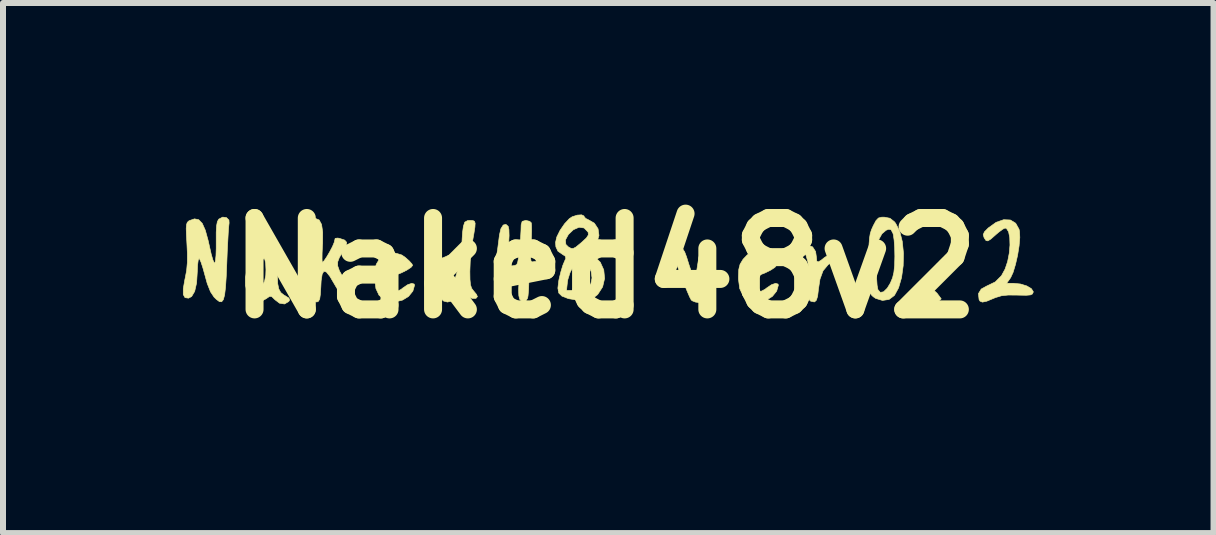
<source format=kicad_pcb>
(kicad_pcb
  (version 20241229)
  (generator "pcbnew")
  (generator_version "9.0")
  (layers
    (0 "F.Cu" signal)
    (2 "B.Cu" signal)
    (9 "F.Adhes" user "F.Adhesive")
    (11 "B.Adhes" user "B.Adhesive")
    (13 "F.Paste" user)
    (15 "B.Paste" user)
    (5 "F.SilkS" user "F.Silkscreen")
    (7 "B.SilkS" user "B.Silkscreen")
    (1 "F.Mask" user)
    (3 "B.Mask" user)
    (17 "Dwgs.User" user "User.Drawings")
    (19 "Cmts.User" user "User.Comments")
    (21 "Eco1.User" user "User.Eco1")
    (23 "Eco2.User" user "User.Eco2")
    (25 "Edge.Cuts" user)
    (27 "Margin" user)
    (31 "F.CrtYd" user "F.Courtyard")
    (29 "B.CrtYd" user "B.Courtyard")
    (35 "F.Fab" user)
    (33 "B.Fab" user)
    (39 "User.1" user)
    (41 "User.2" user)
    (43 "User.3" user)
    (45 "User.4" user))
  (footprint "Naked48v2"
    (layer "F.Cu")
    (at 7.035 1.418)
    (property "Reference" "Naked48v2" (at 0 0 0) (layer "F.SilkS") (effects (font (size 1.524 1.524) (thickness 0.3))))
    (attr through_hole)
    (fp_poly (pts (xy 5.453 0.346) (xy 5.535 0.42) (xy 5.537 0.423) (xy 5.604 0.513) (xy 5.515 0.59) (xy 5.437 0.649) (xy 5.384 0.658) (xy 5.337 0.617) (xy 5.302 0.564) (xy 5.253 0.471) (xy 5.243 0.409) (xy 5.273 0.361) (xy 5.285 0.351) (xy 5.364 0.321) (xy 5.453 0.346)) (stroke (width 0.01) (type solid)) (fill yes) (layer "F.SilkS"))
    (fp_poly (pts (xy 3.46 -0.353) (xy 3.51 -0.275) (xy 3.524 -0.177) (xy 3.529 -0.117) (xy 3.551 -0.101) (xy 3.601 -0.129) (xy 3.659 -0.176) (xy 3.752 -0.233) (xy 3.831 -0.248) (xy 3.897 -0.225) (xy 3.903 -0.186) (xy 3.848 -0.141) (xy 3.846 -0.14) (xy 3.72 -0.057) (xy 3.634 0.046) (xy 3.583 0.185) (xy 3.558 0.349) (xy 3.544 0.468) (xy 3.523 0.536) (xy 3.494 0.563) (xy 3.488 0.565) (xy 3.428 0.552) (xy 3.409 0.534) (xy 3.398 0.485) (xy 3.392 0.39) (xy 3.391 0.265) (xy 3.393 0.203) (xy 3.393 0.025) (xy 3.381 -0.105) (xy 3.353 -0.202) (xy 3.352 -0.206) (xy 3.315 -0.302) (xy 3.307 -0.355) (xy 3.332 -0.377) (xy 3.38 -0.381) (xy 3.46 -0.353)) (stroke (width 0.01) (type solid)) (fill yes) (layer "F.SilkS"))
    (fp_poly (pts (xy 1.761 -0.341) (xy 1.789 -0.325) (xy 1.787 -0.287) (xy 1.772 -0.199) (xy 1.745 -0.074) (xy 1.709 0.077) (xy 1.697 0.127) (xy 1.658 0.283) (xy 1.625 0.414) (xy 1.601 0.51) (xy 1.589 0.559) (xy 1.588 0.564) (xy 1.562 0.575) (xy 1.507 0.567) (xy 1.454 0.546) (xy 1.437 0.532) (xy 1.411 0.483) (xy 1.37 0.388) (xy 1.319 0.264) (xy 1.266 0.126) (xy 1.214 -0.013) (xy 1.171 -0.136) (xy 1.142 -0.228) (xy 1.132 -0.27) (xy 1.142 -0.316) (xy 1.192 -0.333) (xy 1.221 -0.333) (xy 1.267 -0.33) (xy 1.3 -0.312) (xy 1.328 -0.268) (xy 1.359 -0.186) (xy 1.397 -0.064) (xy 1.435 0.051) (xy 1.468 0.135) (xy 1.491 0.174) (xy 1.498 0.174) (xy 1.512 0.127) (xy 1.529 0.039) (xy 1.54 -0.032) (xy 1.564 -0.181) (xy 1.592 -0.277) (xy 1.628 -0.329) (xy 1.678 -0.348) (xy 1.696 -0.349) (xy 1.761 -0.341)) (stroke (width 0.01) (type solid)) (fill yes) (layer "F.SilkS"))
    (fp_poly (pts (xy -5.473 -0.359) (xy -5.46 -0.323) (xy -5.453 -0.234) (xy -5.453 -0.101) (xy -5.455 -0.048) (xy -5.46 0.132) (xy -5.456 0.26) (xy -5.438 0.348) (xy -5.405 0.408) (xy -5.353 0.45) (xy -5.331 0.462) (xy -5.269 0.501) (xy -5.258 0.534) (xy -5.272 0.558) (xy -5.342 0.599) (xy -5.426 0.586) (xy -5.503 0.527) (xy -5.554 0.477) (xy -5.59 0.471) (xy -5.641 0.506) (xy -5.648 0.511) (xy -5.751 0.567) (xy -5.843 0.563) (xy -5.919 0.503) (xy -5.971 0.391) (xy -5.99 0.295) (xy -5.99 0.246) (xy -5.841 0.246) (xy -5.834 0.341) (xy -5.81 0.376) (xy -5.764 0.351) (xy -5.717 0.297) (xy -5.675 0.221) (xy -5.655 0.12) (xy -5.652 0.027) (xy -5.657 -0.078) (xy -5.671 -0.144) (xy -5.685 -0.159) (xy -5.722 -0.13) (xy -5.763 -0.058) (xy -5.802 0.041) (xy -5.83 0.149) (xy -5.841 0.246) (xy -5.99 0.246) (xy -5.991 0.154) (xy -5.967 0.003) (xy -5.924 -0.135) (xy -5.868 -0.241) (xy -5.843 -0.269) (xy -5.774 -0.308) (xy -5.673 -0.34) (xy -5.568 -0.361) (xy -5.486 -0.362) (xy -5.473 -0.359)) (stroke (width 0.01) (type solid)) (fill yes) (layer "F.SilkS"))
    (fp_poly (pts (xy -3.47 -0.243) (xy -3.389 -0.218) (xy -3.387 -0.217) (xy -3.329 -0.177) (xy -3.266 -0.121) (xy -3.219 -0.069) (xy -3.207 -0.044) (xy -3.234 -0.011) (xy -3.301 0.033) (xy -3.388 0.077) (xy -3.476 0.112) (xy -3.544 0.127) (xy -3.547 0.127) (xy -3.619 0.133) (xy -3.647 0.164) (xy -3.651 0.232) (xy -3.632 0.342) (xy -3.579 0.401) (xy -3.499 0.406) (xy -3.398 0.355) (xy -3.371 0.333) (xy -3.29 0.278) (xy -3.221 0.255) (xy -3.181 0.267) (xy -3.175 0.287) (xy -3.203 0.384) (xy -3.275 0.473) (xy -3.373 0.533) (xy -3.389 0.538) (xy -3.502 0.564) (xy -3.582 0.565) (xy -3.654 0.541) (xy -3.68 0.527) (xy -3.767 0.453) (xy -3.819 0.342) (xy -3.84 0.184) (xy -3.841 0.146) (xy -3.835 0.024) (xy -3.826 -0.012) (xy -3.631 -0.012) (xy -3.598 0.001) (xy -3.532 -0.026) (xy -3.528 -0.029) (xy -3.501 -0.07) (xy -3.506 -0.092) (xy -3.55 -0.125) (xy -3.597 -0.097) (xy -3.619 -0.064) (xy -3.631 -0.012) (xy -3.826 -0.012) (xy -3.813 -0.063) (xy -3.766 -0.141) (xy -3.761 -0.148) (xy -3.692 -0.221) (xy -3.62 -0.251) (xy -3.568 -0.254) (xy -3.47 -0.243)) (stroke (width 0.01) (type solid)) (fill yes) (layer "F.SilkS"))
    (fp_poly (pts (xy 2.594 -0.243) (xy 2.676 -0.218) (xy 2.677 -0.217) (xy 2.735 -0.177) (xy 2.798 -0.121) (xy 2.845 -0.069) (xy 2.857 -0.044) (xy 2.831 -0.011) (xy 2.764 0.033) (xy 2.676 0.077) (xy 2.589 0.112) (xy 2.52 0.127) (xy 2.517 0.127) (xy 2.446 0.133) (xy 2.418 0.164) (xy 2.413 0.232) (xy 2.432 0.342) (xy 2.485 0.401) (xy 2.565 0.406) (xy 2.666 0.355) (xy 2.693 0.333) (xy 2.775 0.278) (xy 2.843 0.255) (xy 2.884 0.267) (xy 2.889 0.287) (xy 2.861 0.384) (xy 2.789 0.473) (xy 2.691 0.533) (xy 2.675 0.538) (xy 2.562 0.564) (xy 2.482 0.565) (xy 2.41 0.541) (xy 2.385 0.527) (xy 2.297 0.453) (xy 2.245 0.342) (xy 2.224 0.184) (xy 2.224 0.146) (xy 2.229 0.024) (xy 2.238 -0.012) (xy 2.433 -0.012) (xy 2.466 0.001) (xy 2.532 -0.026) (xy 2.536 -0.029) (xy 2.563 -0.07) (xy 2.558 -0.092) (xy 2.514 -0.125) (xy 2.467 -0.097) (xy 2.445 -0.064) (xy 2.433 -0.012) (xy 2.238 -0.012) (xy 2.251 -0.063) (xy 2.298 -0.141) (xy 2.303 -0.148) (xy 2.372 -0.221) (xy 2.445 -0.251) (xy 2.496 -0.254) (xy 2.594 -0.243)) (stroke (width 0.01) (type solid)) (fill yes) (layer "F.SilkS"))
    (fp_poly (pts (xy 6.757 -0.801) (xy 6.845 -0.747) (xy 6.901 -0.647) (xy 6.909 -0.612) (xy 6.914 -0.51) (xy 6.902 -0.37) (xy 6.877 -0.213) (xy 6.842 -0.06) (xy 6.802 0.072) (xy 6.761 0.161) (xy 6.758 0.165) (xy 6.695 0.254) (xy 6.809 0.254) (xy 6.926 0.266) (xy 7.03 0.298) (xy 7.106 0.343) (xy 7.138 0.392) (xy 7.137 0.404) (xy 7.124 0.432) (xy 7.09 0.448) (xy 7.021 0.454) (xy 6.906 0.452) (xy 6.871 0.451) (xy 6.72 0.45) (xy 6.608 0.462) (xy 6.512 0.491) (xy 6.475 0.506) (xy 6.362 0.553) (xy 6.291 0.568) (xy 6.251 0.552) (xy 6.235 0.526) (xy 6.224 0.427) (xy 6.271 0.35) (xy 6.36 0.301) (xy 6.505 0.231) (xy 6.608 0.128) (xy 6.669 0.016) (xy 6.711 -0.109) (xy 6.738 -0.247) (xy 6.75 -0.384) (xy 6.746 -0.508) (xy 6.727 -0.604) (xy 6.692 -0.659) (xy 6.668 -0.667) (xy 6.628 -0.647) (xy 6.56 -0.596) (xy 6.513 -0.556) (xy 6.432 -0.484) (xy 6.382 -0.453) (xy 6.351 -0.458) (xy 6.325 -0.496) (xy 6.318 -0.509) (xy 6.304 -0.556) (xy 6.324 -0.603) (xy 6.388 -0.668) (xy 6.388 -0.668) (xy 6.519 -0.762) (xy 6.645 -0.806) (xy 6.757 -0.801)) (stroke (width 0.01) (type solid)) (fill yes) (layer "F.SilkS"))
    (fp_poly (pts (xy 4.749 -0.83) (xy 4.822 -0.773) (xy 4.845 -0.744) (xy 4.912 -0.614) (xy 4.955 -0.442) (xy 4.975 -0.245) (xy 4.97 -0.039) (xy 4.943 0.158) (xy 4.893 0.33) (xy 4.824 0.456) (xy 4.735 0.523) (xy 4.625 0.54) (xy 4.512 0.506) (xy 4.472 0.479) (xy 4.444 0.453) (xy 4.424 0.423) (xy 4.41 0.378) (xy 4.402 0.307) (xy 4.399 0.2) (xy 4.397 0.046) (xy 4.397 0.024) (xy 4.525 0.024) (xy 4.527 0.169) (xy 4.535 0.286) (xy 4.548 0.358) (xy 4.549 0.36) (xy 4.589 0.406) (xy 4.643 0.396) (xy 4.705 0.335) (xy 4.756 0.251) (xy 4.793 0.163) (xy 4.815 0.071) (xy 4.827 -0.045) (xy 4.831 -0.194) (xy 4.828 -0.336) (xy 4.819 -0.463) (xy 4.806 -0.555) (xy 4.799 -0.579) (xy 4.768 -0.638) (xy 4.73 -0.647) (xy 4.685 -0.63) (xy 4.616 -0.571) (xy 4.565 -0.48) (xy 4.549 -0.4) (xy 4.537 -0.278) (xy 4.529 -0.131) (xy 4.525 0.024) (xy 4.397 0.024) (xy 4.397 -0.069) (xy 4.398 -0.259) (xy 4.401 -0.399) (xy 4.409 -0.5) (xy 4.421 -0.575) (xy 4.441 -0.638) (xy 4.469 -0.7) (xy 4.47 -0.703) (xy 4.517 -0.791) (xy 4.558 -0.834) (xy 4.612 -0.848) (xy 4.656 -0.848) (xy 4.749 -0.83)) (stroke (width 0.01) (type solid)) (fill yes) (layer "F.SilkS"))
    (fp_poly (pts (xy -1.256 -0.779) (xy -1.229 -0.754) (xy -1.225 -0.707) (xy -1.224 -0.612) (xy -1.228 -0.486) (xy -1.232 -0.401) (xy -1.238 -0.259) (xy -1.24 -0.169) (xy -1.234 -0.12) (xy -1.219 -0.103) (xy -1.193 -0.105) (xy -1.184 -0.108) (xy -1.113 -0.113) (xy -1.034 -0.095) (xy -0.973 -0.063) (xy -0.953 -0.032) (xy -0.962 -0.005) (xy -0.999 0.015) (xy -1.077 0.034) (xy -1.151 0.047) (xy -1.27 0.066) (xy -1.27 0.248) (xy -1.274 0.361) (xy -1.283 0.459) (xy -1.29 0.5) (xy -1.327 0.56) (xy -1.379 0.564) (xy -1.424 0.518) (xy -1.437 0.459) (xy -1.441 0.361) (xy -1.436 0.276) (xy -1.419 0.087) (xy -1.596 0.109) (xy -1.71 0.116) (xy -1.782 0.099) (xy -1.818 0.046) (xy -1.824 -0.049) (xy -1.808 -0.193) (xy -1.788 -0.331) (xy -1.77 -0.47) (xy -1.76 -0.55) (xy -1.736 -0.655) (xy -1.697 -0.717) (xy -1.652 -0.728) (xy -1.614 -0.695) (xy -1.602 -0.641) (xy -1.599 -0.54) (xy -1.606 -0.409) (xy -1.62 -0.264) (xy -1.64 -0.135) (xy -1.647 -0.064) (xy -1.628 -0.037) (xy -1.583 -0.032) (xy -1.509 -0.042) (xy -1.472 -0.056) (xy -1.456 -0.096) (xy -1.439 -0.186) (xy -1.423 -0.312) (xy -1.41 -0.462) (xy -1.401 -0.621) (xy -1.398 -0.722) (xy -1.381 -0.778) (xy -1.321 -0.794) (xy -1.32 -0.794) (xy -1.256 -0.779)) (stroke (width 0.01) (type solid)) (fill yes) (layer "F.SilkS"))
    (fp_poly (pts (xy -6.31 -0.841) (xy -6.269 -0.8) (xy -6.266 -0.751) (xy -6.272 -0.698) (xy -6.28 -0.594) (xy -6.288 -0.448) (xy -6.297 -0.274) (xy -6.304 -0.095) (xy -6.314 0.142) (xy -6.326 0.322) (xy -6.341 0.448) (xy -6.362 0.526) (xy -6.39 0.562) (xy -6.427 0.56) (xy -6.475 0.525) (xy -6.517 0.484) (xy -6.576 0.396) (xy -6.631 0.257) (xy -6.669 0.119) (xy -6.703 -0.003) (xy -6.734 -0.098) (xy -6.759 -0.152) (xy -6.767 -0.159) (xy -6.781 -0.13) (xy -6.791 -0.054) (xy -6.796 0.053) (xy -6.796 0.056) (xy -6.808 0.248) (xy -6.84 0.389) (xy -6.891 0.475) (xy -6.943 0.502) (xy -7.001 0.493) (xy -7.03 0.442) (xy -7.03 0.344) (xy -7.004 0.194) (xy -6.999 0.171) (xy -6.974 0.041) (xy -6.962 -0.094) (xy -6.962 -0.253) (xy -6.969 -0.402) (xy -6.978 -0.557) (xy -6.981 -0.66) (xy -6.976 -0.724) (xy -6.963 -0.761) (xy -6.941 -0.783) (xy -6.927 -0.791) (xy -6.843 -0.82) (xy -6.773 -0.806) (xy -6.714 -0.745) (xy -6.663 -0.631) (xy -6.616 -0.461) (xy -6.592 -0.354) (xy -6.564 -0.23) (xy -6.537 -0.137) (xy -6.514 -0.086) (xy -6.505 -0.082) (xy -6.494 -0.119) (xy -6.485 -0.205) (xy -6.481 -0.327) (xy -6.481 -0.433) (xy -6.481 -0.595) (xy -6.475 -0.704) (xy -6.462 -0.773) (xy -6.44 -0.813) (xy -6.437 -0.816) (xy -6.373 -0.849) (xy -6.31 -0.841)) (stroke (width 0.01) (type solid)) (fill yes) (layer "F.SilkS"))
    (fp_poly (pts (xy -2.204 -0.792) (xy -2.177 -0.78) (xy -2.165 -0.747) (xy -2.169 -0.681) (xy -2.186 -0.572) (xy -2.206 -0.46) (xy -2.23 -0.294) (xy -2.247 -0.106) (xy -2.253 0.056) (xy -2.251 0.192) (xy -2.242 0.281) (xy -2.223 0.339) (xy -2.191 0.381) (xy -2.191 0.381) (xy -2.144 0.438) (xy -2.127 0.476) (xy -2.151 0.505) (xy -2.207 0.507) (xy -2.273 0.485) (xy -2.326 0.445) (xy -2.33 0.44) (xy -2.378 0.372) (xy -2.462 0.472) (xy -2.544 0.547) (xy -2.626 0.567) (xy -2.691 0.55) (xy -2.744 0.5) (xy -2.794 0.404) (xy -2.832 0.276) (xy -2.841 0.231) (xy -2.842 0.19) (xy -2.681 0.19) (xy -2.676 0.286) (xy -2.657 0.353) (xy -2.627 0.373) (xy -2.625 0.372) (xy -2.59 0.339) (xy -2.545 0.271) (xy -2.535 0.251) (xy -2.49 0.147) (xy -2.458 0.043) (xy -2.457 0.037) (xy -2.446 -0.034) (xy -2.465 -0.06) (xy -2.528 -0.059) (xy -2.543 -0.058) (xy -2.613 -0.045) (xy -2.649 -0.011) (xy -2.669 0.064) (xy -2.672 0.079) (xy -2.681 0.19) (xy -2.842 0.19) (xy -2.845 0.066) (xy -2.802 -0.068) (xy -2.718 -0.165) (xy -2.597 -0.216) (xy -2.529 -0.222) (xy -2.455 -0.233) (xy -2.41 -0.272) (xy -2.388 -0.352) (xy -2.382 -0.48) (xy -2.375 -0.591) (xy -2.361 -0.695) (xy -2.338 -0.765) (xy -2.291 -0.791) (xy -2.25 -0.794) (xy -2.204 -0.792)) (stroke (width 0.01) (type solid)) (fill yes) (layer "F.SilkS"))
    (fp_poly (pts (xy -4.765 -0.801) (xy -4.725 -0.727) (xy -4.706 -0.599) (xy -4.707 -0.414) (xy -4.71 -0.373) (xy -4.716 -0.249) (xy -4.717 -0.154) (xy -4.715 -0.101) (xy -4.712 -0.095) (xy -4.683 -0.121) (xy -4.639 -0.186) (xy -4.589 -0.271) (xy -4.543 -0.358) (xy -4.514 -0.428) (xy -4.508 -0.454) (xy -4.498 -0.495) (xy -4.454 -0.5) (xy -4.421 -0.493) (xy -4.34 -0.466) (xy -4.306 -0.428) (xy -4.317 -0.367) (xy -4.371 -0.27) (xy -4.381 -0.255) (xy -4.43 -0.172) (xy -4.456 -0.103) (xy -4.456 -0.035) (xy -4.427 0.047) (xy -4.366 0.155) (xy -4.279 0.293) (xy -4.215 0.396) (xy -4.184 0.46) (xy -4.181 0.501) (xy -4.201 0.531) (xy -4.201 0.532) (xy -4.256 0.559) (xy -4.318 0.536) (xy -4.391 0.458) (xy -4.478 0.323) (xy -4.508 0.272) (xy -4.586 0.139) (xy -4.645 0.066) (xy -4.687 0.054) (xy -4.715 0.103) (xy -4.732 0.213) (xy -4.737 0.312) (xy -4.745 0.439) (xy -4.756 0.515) (xy -4.776 0.553) (xy -4.802 0.566) (xy -4.858 0.554) (xy -4.875 0.532) (xy -4.884 0.503) (xy -4.89 0.465) (xy -4.895 0.408) (xy -4.898 0.325) (xy -4.898 0.206) (xy -4.898 0.043) (xy -4.896 -0.172) (xy -4.895 -0.246) (xy -4.893 -0.451) (xy -4.89 -0.601) (xy -4.885 -0.704) (xy -4.878 -0.77) (xy -4.867 -0.806) (xy -4.85 -0.822) (xy -4.829 -0.825) (xy -4.825 -0.826) (xy -4.765 -0.801)) (stroke (width 0.01) (type solid)) (fill yes) (layer "F.SilkS"))
    (fp_poly (pts (xy -0.352 -0.869) (xy -0.349 -0.859) (xy -0.323 -0.827) (xy -0.285 -0.809) (xy -0.178 -0.748) (xy -0.116 -0.654) (xy -0.101 -0.543) (xy -0.135 -0.428) (xy -0.218 -0.324) (xy -0.23 -0.314) (xy -0.267 -0.281) (xy -0.266 -0.254) (xy -0.22 -0.219) (xy -0.18 -0.194) (xy -0.079 -0.097) (xy -0.021 0.031) (xy -0.007 0.173) (xy -0.04 0.314) (xy -0.119 0.436) (xy -0.134 0.451) (xy -0.212 0.51) (xy -0.297 0.534) (xy -0.376 0.537) (xy -0.492 0.529) (xy -0.598 0.512) (xy -0.623 0.505) (xy -0.718 0.468) (xy -0.771 0.416) (xy -0.779 0.372) (xy -0.642 0.372) (xy -0.504 0.373) (xy -0.399 0.364) (xy -0.311 0.339) (xy -0.294 0.329) (xy -0.236 0.261) (xy -0.217 0.165) (xy -0.231 0.06) (xy -0.274 -0.036) (xy -0.34 -0.104) (xy -0.416 -0.127) (xy -0.473 -0.099) (xy -0.532 -0.025) (xy -0.584 0.078) (xy -0.62 0.192) (xy -0.627 0.236) (xy -0.642 0.372) (xy -0.779 0.372) (xy -0.786 0.335) (xy -0.771 0.211) (xy -0.765 0.181) (xy -0.736 0.062) (xy -0.703 -0.046) (xy -0.68 -0.101) (xy -0.653 -0.164) (xy -0.664 -0.199) (xy -0.706 -0.226) (xy -0.785 -0.281) (xy -0.819 -0.353) (xy -0.825 -0.428) (xy -0.815 -0.469) (xy -0.66 -0.469) (xy -0.653 -0.394) (xy -0.611 -0.352) (xy -0.566 -0.328) (xy -0.53 -0.326) (xy -0.485 -0.35) (xy -0.414 -0.408) (xy -0.387 -0.431) (xy -0.31 -0.502) (xy -0.278 -0.552) (xy -0.281 -0.594) (xy -0.285 -0.602) (xy -0.349 -0.668) (xy -0.433 -0.68) (xy -0.527 -0.639) (xy -0.61 -0.56) (xy -0.66 -0.469) (xy -0.815 -0.469) (xy -0.804 -0.518) (xy -0.749 -0.629) (xy -0.675 -0.737) (xy -0.596 -0.822) (xy -0.547 -0.855) (xy -0.463 -0.882) (xy -0.391 -0.887) (xy -0.352 -0.869)) (stroke (width 0.01) (type solid)) (fill yes) (layer "F.SilkS")))
  (gr_rect
    (start -3 -3)
    (end 17.178 5.836)
    (stroke (width 0.1) (type default))
    (fill no)
    (layer "Edge.Cuts")))
</source>
